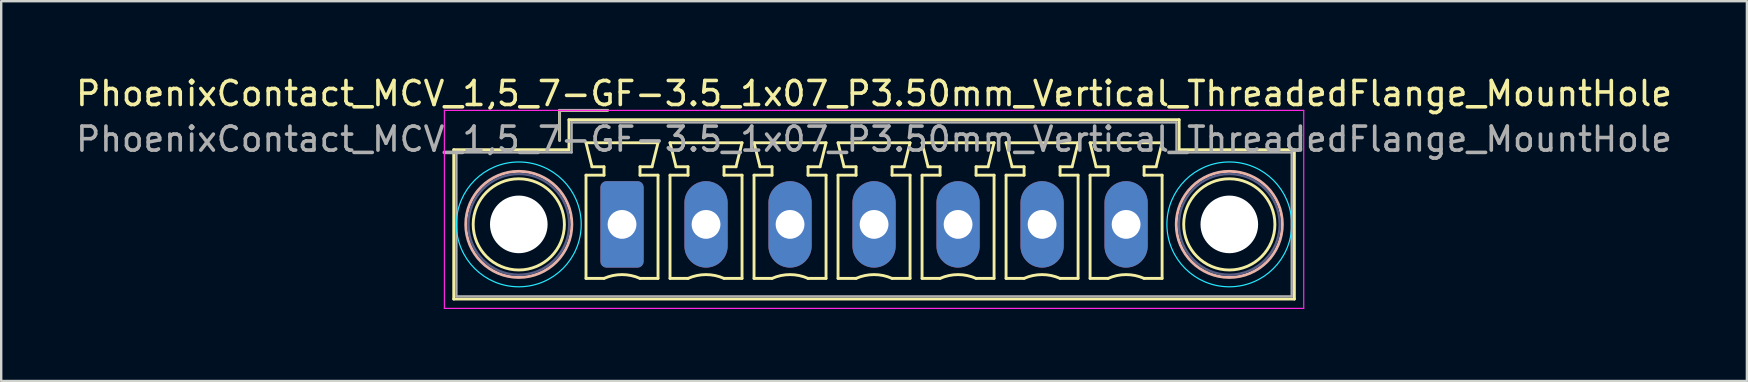
<source format=kicad_pcb>
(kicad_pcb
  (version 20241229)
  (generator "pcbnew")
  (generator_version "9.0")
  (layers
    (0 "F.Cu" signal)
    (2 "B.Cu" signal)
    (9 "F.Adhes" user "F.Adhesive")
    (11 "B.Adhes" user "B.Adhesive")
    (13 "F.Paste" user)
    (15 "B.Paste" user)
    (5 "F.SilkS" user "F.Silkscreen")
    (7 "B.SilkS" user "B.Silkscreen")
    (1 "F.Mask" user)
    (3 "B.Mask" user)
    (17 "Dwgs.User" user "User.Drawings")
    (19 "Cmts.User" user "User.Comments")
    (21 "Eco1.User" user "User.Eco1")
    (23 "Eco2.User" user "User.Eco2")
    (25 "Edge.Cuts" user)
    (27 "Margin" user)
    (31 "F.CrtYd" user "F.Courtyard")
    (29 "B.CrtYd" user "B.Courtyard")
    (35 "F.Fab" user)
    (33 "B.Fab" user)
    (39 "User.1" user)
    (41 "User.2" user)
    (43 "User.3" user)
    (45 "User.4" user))
  (footprint "PhoenixContact_MCV_1,5_7-GF-3.5_1x07_P3.50mm_Vertical_ThreadedFlange_MountHole"
    (layer "F.Cu")
    (at 22.863 6.298)
    (property "Reference" "PhoenixContact_MCV_1,5_7-GF-3.5_1x07_P3.50mm_Vertical_ThreadedFlange_MountHole" (at 10.5 -5.45 0) (layer "F.SilkS") (effects (font (size 1 1) (thickness 0.15))))
    (attr through_hole)
    (fp_line (start -7.01 -3.11) (end -7.01 3.11) (stroke (width 0.12) (type solid)) (layer "F.SilkS"))
    (fp_line (start -7.01 3.11) (end 28.01 3.11) (stroke (width 0.12) (type solid)) (layer "F.SilkS"))
    (fp_line (start -2.6 -4.75) (end -0.6 -4.75) (stroke (width 0.12) (type solid)) (layer "F.SilkS"))
    (fp_line (start -2.6 -3.5) (end -2.6 -4.75) (stroke (width 0.12) (type solid)) (layer "F.SilkS"))
    (fp_line (start -2.21 -4.36) (end -2.21 -3.11) (stroke (width 0.12) (type solid)) (layer "F.SilkS"))
    (fp_line (start -2.21 -3.11) (end -7.01 -3.11) (stroke (width 0.12) (type solid)) (layer "F.SilkS"))
    (fp_line (start -1.5 -3.4) (end 1.5 -3.4) (stroke (width 0.12) (type solid)) (layer "F.SilkS"))
    (fp_line (start -1.5 -2.05) (end -0.75 -2.05) (stroke (width 0.12) (type solid)) (layer "F.SilkS"))
    (fp_line (start -1.5 2.25) (end -1.5 -2.05) (stroke (width 0.12) (type solid)) (layer "F.SilkS"))
    (fp_line (start -1.25 -2.4) (end -1.5 -3.4) (stroke (width 0.12) (type solid)) (layer "F.SilkS"))
    (fp_line (start -0.75 -2.4) (end -1.25 -2.4) (stroke (width 0.12) (type solid)) (layer "F.SilkS"))
    (fp_line (start -0.75 -2.05) (end -0.75 -2.4) (stroke (width 0.12) (type solid)) (layer "F.SilkS"))
    (fp_line (start -0.75 2.25) (end -1.5 2.25) (stroke (width 0.12) (type solid)) (layer "F.SilkS"))
    (fp_line (start 0.75 -2.4) (end 0.75 -2.05) (stroke (width 0.12) (type solid)) (layer "F.SilkS"))
    (fp_line (start 0.75 -2.05) (end 1.5 -2.05) (stroke (width 0.12) (type solid)) (layer "F.SilkS"))
    (fp_line (start 1.25 -2.4) (end 0.75 -2.4) (stroke (width 0.12) (type solid)) (layer "F.SilkS"))
    (fp_line (start 1.5 -3.4) (end 1.25 -2.4) (stroke (width 0.12) (type solid)) (layer "F.SilkS"))
    (fp_line (start 1.5 -2.05) (end 1.5 2.25) (stroke (width 0.12) (type solid)) (layer "F.SilkS"))
    (fp_line (start 1.5 2.25) (end 0.75 2.25) (stroke (width 0.12) (type solid)) (layer "F.SilkS"))
    (fp_line (start 2 -3.4) (end 5 -3.4) (stroke (width 0.12) (type solid)) (layer "F.SilkS"))
    (fp_line (start 2 -2.05) (end 2.75 -2.05) (stroke (width 0.12) (type solid)) (layer "F.SilkS"))
    (fp_line (start 2 2.25) (end 2 -2.05) (stroke (width 0.12) (type solid)) (layer "F.SilkS"))
    (fp_line (start 2.25 -2.4) (end 2 -3.4) (stroke (width 0.12) (type solid)) (layer "F.SilkS"))
    (fp_line (start 2.75 -2.4) (end 2.25 -2.4) (stroke (width 0.12) (type solid)) (layer "F.SilkS"))
    (fp_line (start 2.75 -2.05) (end 2.75 -2.4) (stroke (width 0.12) (type solid)) (layer "F.SilkS"))
    (fp_line (start 2.75 2.25) (end 2 2.25) (stroke (width 0.12) (type solid)) (layer "F.SilkS"))
    (fp_line (start 4.25 -2.4) (end 4.25 -2.05) (stroke (width 0.12) (type solid)) (layer "F.SilkS"))
    (fp_line (start 4.25 -2.05) (end 5 -2.05) (stroke (width 0.12) (type solid)) (layer "F.SilkS"))
    (fp_line (start 4.75 -2.4) (end 4.25 -2.4) (stroke (width 0.12) (type solid)) (layer "F.SilkS"))
    (fp_line (start 5 -3.4) (end 4.75 -2.4) (stroke (width 0.12) (type solid)) (layer "F.SilkS"))
    (fp_line (start 5 -2.05) (end 5 2.25) (stroke (width 0.12) (type solid)) (layer "F.SilkS"))
    (fp_line (start 5 2.25) (end 4.25 2.25) (stroke (width 0.12) (type solid)) (layer "F.SilkS"))
    (fp_line (start 5.5 -3.4) (end 8.5 -3.4) (stroke (width 0.12) (type solid)) (layer "F.SilkS"))
    (fp_line (start 5.5 -2.05) (end 6.25 -2.05) (stroke (width 0.12) (type solid)) (layer "F.SilkS"))
    (fp_line (start 5.5 2.25) (end 5.5 -2.05) (stroke (width 0.12) (type solid)) (layer "F.SilkS"))
    (fp_line (start 5.75 -2.4) (end 5.5 -3.4) (stroke (width 0.12) (type solid)) (layer "F.SilkS"))
    (fp_line (start 6.25 -2.4) (end 5.75 -2.4) (stroke (width 0.12) (type solid)) (layer "F.SilkS"))
    (fp_line (start 6.25 -2.05) (end 6.25 -2.4) (stroke (width 0.12) (type solid)) (layer "F.SilkS"))
    (fp_line (start 6.25 2.25) (end 5.5 2.25) (stroke (width 0.12) (type solid)) (layer "F.SilkS"))
    (fp_line (start 7.75 -2.4) (end 7.75 -2.05) (stroke (width 0.12) (type solid)) (layer "F.SilkS"))
    (fp_line (start 7.75 -2.05) (end 8.5 -2.05) (stroke (width 0.12) (type solid)) (layer "F.SilkS"))
    (fp_line (start 8.25 -2.4) (end 7.75 -2.4) (stroke (width 0.12) (type solid)) (layer "F.SilkS"))
    (fp_line (start 8.5 -3.4) (end 8.25 -2.4) (stroke (width 0.12) (type solid)) (layer "F.SilkS"))
    (fp_line (start 8.5 -2.05) (end 8.5 2.25) (stroke (width 0.12) (type solid)) (layer "F.SilkS"))
    (fp_line (start 8.5 2.25) (end 7.75 2.25) (stroke (width 0.12) (type solid)) (layer "F.SilkS"))
    (fp_line (start 9 -3.4) (end 12 -3.4) (stroke (width 0.12) (type solid)) (layer "F.SilkS"))
    (fp_line (start 9 -2.05) (end 9.75 -2.05) (stroke (width 0.12) (type solid)) (layer "F.SilkS"))
    (fp_line (start 9 2.25) (end 9 -2.05) (stroke (width 0.12) (type solid)) (layer "F.SilkS"))
    (fp_line (start 9.25 -2.4) (end 9 -3.4) (stroke (width 0.12) (type solid)) (layer "F.SilkS"))
    (fp_line (start 9.75 -2.4) (end 9.25 -2.4) (stroke (width 0.12) (type solid)) (layer "F.SilkS"))
    (fp_line (start 9.75 -2.05) (end 9.75 -2.4) (stroke (width 0.12) (type solid)) (layer "F.SilkS"))
    (fp_line (start 9.75 2.25) (end 9 2.25) (stroke (width 0.12) (type solid)) (layer "F.SilkS"))
    (fp_line (start 11.25 -2.4) (end 11.25 -2.05) (stroke (width 0.12) (type solid)) (layer "F.SilkS"))
    (fp_line (start 11.25 -2.05) (end 12 -2.05) (stroke (width 0.12) (type solid)) (layer "F.SilkS"))
    (fp_line (start 11.75 -2.4) (end 11.25 -2.4) (stroke (width 0.12) (type solid)) (layer "F.SilkS"))
    (fp_line (start 12 -3.4) (end 11.75 -2.4) (stroke (width 0.12) (type solid)) (layer "F.SilkS"))
    (fp_line (start 12 -2.05) (end 12 2.25) (stroke (width 0.12) (type solid)) (layer "F.SilkS"))
    (fp_line (start 12 2.25) (end 11.25 2.25) (stroke (width 0.12) (type solid)) (layer "F.SilkS"))
    (fp_line (start 12.5 -3.4) (end 15.5 -3.4) (stroke (width 0.12) (type solid)) (layer "F.SilkS"))
    (fp_line (start 12.5 -2.05) (end 13.25 -2.05) (stroke (width 0.12) (type solid)) (layer "F.SilkS"))
    (fp_line (start 12.5 2.25) (end 12.5 -2.05) (stroke (width 0.12) (type solid)) (layer "F.SilkS"))
    (fp_line (start 12.75 -2.4) (end 12.5 -3.4) (stroke (width 0.12) (type solid)) (layer "F.SilkS"))
    (fp_line (start 13.25 -2.4) (end 12.75 -2.4) (stroke (width 0.12) (type solid)) (layer "F.SilkS"))
    (fp_line (start 13.25 -2.05) (end 13.25 -2.4) (stroke (width 0.12) (type solid)) (layer "F.SilkS"))
    (fp_line (start 13.25 2.25) (end 12.5 2.25) (stroke (width 0.12) (type solid)) (layer "F.SilkS"))
    (fp_line (start 14.75 -2.4) (end 14.75 -2.05) (stroke (width 0.12) (type solid)) (layer "F.SilkS"))
    (fp_line (start 14.75 -2.05) (end 15.5 -2.05) (stroke (width 0.12) (type solid)) (layer "F.SilkS"))
    (fp_line (start 15.25 -2.4) (end 14.75 -2.4) (stroke (width 0.12) (type solid)) (layer "F.SilkS"))
    (fp_line (start 15.5 -3.4) (end 15.25 -2.4) (stroke (width 0.12) (type solid)) (layer "F.SilkS"))
    (fp_line (start 15.5 -2.05) (end 15.5 2.25) (stroke (width 0.12) (type solid)) (layer "F.SilkS"))
    (fp_line (start 15.5 2.25) (end 14.75 2.25) (stroke (width 0.12) (type solid)) (layer "F.SilkS"))
    (fp_line (start 16 -3.4) (end 19 -3.4) (stroke (width 0.12) (type solid)) (layer "F.SilkS"))
    (fp_line (start 16 -2.05) (end 16.75 -2.05) (stroke (width 0.12) (type solid)) (layer "F.SilkS"))
    (fp_line (start 16 2.25) (end 16 -2.05) (stroke (width 0.12) (type solid)) (layer "F.SilkS"))
    (fp_line (start 16.25 -2.4) (end 16 -3.4) (stroke (width 0.12) (type solid)) (layer "F.SilkS"))
    (fp_line (start 16.75 -2.4) (end 16.25 -2.4) (stroke (width 0.12) (type solid)) (layer "F.SilkS"))
    (fp_line (start 16.75 -2.05) (end 16.75 -2.4) (stroke (width 0.12) (type solid)) (layer "F.SilkS"))
    (fp_line (start 16.75 2.25) (end 16 2.25) (stroke (width 0.12) (type solid)) (layer "F.SilkS"))
    (fp_line (start 18.25 -2.4) (end 18.25 -2.05) (stroke (width 0.12) (type solid)) (layer "F.SilkS"))
    (fp_line (start 18.25 -2.05) (end 19 -2.05) (stroke (width 0.12) (type solid)) (layer "F.SilkS"))
    (fp_line (start 18.75 -2.4) (end 18.25 -2.4) (stroke (width 0.12) (type solid)) (layer "F.SilkS"))
    (fp_line (start 19 -3.4) (end 18.75 -2.4) (stroke (width 0.12) (type solid)) (layer "F.SilkS"))
    (fp_line (start 19 -2.05) (end 19 2.25) (stroke (width 0.12) (type solid)) (layer "F.SilkS"))
    (fp_line (start 19 2.25) (end 18.25 2.25) (stroke (width 0.12) (type solid)) (layer "F.SilkS"))
    (fp_line (start 19.5 -3.4) (end 22.5 -3.4) (stroke (width 0.12) (type solid)) (layer "F.SilkS"))
    (fp_line (start 19.5 -2.05) (end 20.25 -2.05) (stroke (width 0.12) (type solid)) (layer "F.SilkS"))
    (fp_line (start 19.5 2.25) (end 19.5 -2.05) (stroke (width 0.12) (type solid)) (layer "F.SilkS"))
    (fp_line (start 19.75 -2.4) (end 19.5 -3.4) (stroke (width 0.12) (type solid)) (layer "F.SilkS"))
    (fp_line (start 20.25 -2.4) (end 19.75 -2.4) (stroke (width 0.12) (type solid)) (layer "F.SilkS"))
    (fp_line (start 20.25 -2.05) (end 20.25 -2.4) (stroke (width 0.12) (type solid)) (layer "F.SilkS"))
    (fp_line (start 20.25 2.25) (end 19.5 2.25) (stroke (width 0.12) (type solid)) (layer "F.SilkS"))
    (fp_line (start 21.75 -2.4) (end 21.75 -2.05) (stroke (width 0.12) (type solid)) (layer "F.SilkS"))
    (fp_line (start 21.75 -2.05) (end 22.5 -2.05) (stroke (width 0.12) (type solid)) (layer "F.SilkS"))
    (fp_line (start 22.25 -2.4) (end 21.75 -2.4) (stroke (width 0.12) (type solid)) (layer "F.SilkS"))
    (fp_line (start 22.5 -3.4) (end 22.25 -2.4) (stroke (width 0.12) (type solid)) (layer "F.SilkS"))
    (fp_line (start 22.5 -2.05) (end 22.5 2.25) (stroke (width 0.12) (type solid)) (layer "F.SilkS"))
    (fp_line (start 22.5 2.25) (end 21.75 2.25) (stroke (width 0.12) (type solid)) (layer "F.SilkS"))
    (fp_line (start 23.21 -4.36) (end -2.21 -4.36) (stroke (width 0.12) (type solid)) (layer "F.SilkS"))
    (fp_line (start 23.21 -3.11) (end 23.21 -4.36) (stroke (width 0.12) (type solid)) (layer "F.SilkS"))
    (fp_line (start 28.01 -3.11) (end 23.21 -3.11) (stroke (width 0.12) (type solid)) (layer "F.SilkS"))
    (fp_line (start 28.01 3.11) (end 28.01 -3.11) (stroke (width 0.12) (type solid)) (layer "F.SilkS"))
    (fp_arc (start -0.75 2.25) (mid -0.000193 2.09191) (end 0.749647 2.249844) (stroke (width 0.12) (type solid)) (layer "F.SilkS"))
    (fp_arc (start 2.75 2.25) (mid 3.499807 2.09191) (end 4.249647 2.249844) (stroke (width 0.12) (type solid)) (layer "F.SilkS"))
    (fp_arc (start 6.25 2.25) (mid 6.999807 2.09191) (end 7.749647 2.249844) (stroke (width 0.12) (type solid)) (layer "F.SilkS"))
    (fp_arc (start 9.75 2.25) (mid 10.499807 2.09191) (end 11.249647 2.249844) (stroke (width 0.12) (type solid)) (layer "F.SilkS"))
    (fp_arc (start 13.25 2.25) (mid 13.999807 2.09191) (end 14.749647 2.249844) (stroke (width 0.12) (type solid)) (layer "F.SilkS"))
    (fp_arc (start 16.75 2.25) (mid 17.499807 2.09191) (end 18.249647 2.249844) (stroke (width 0.12) (type solid)) (layer "F.SilkS"))
    (fp_arc (start 20.25 2.25) (mid 20.999807 2.09191) (end 21.749647 2.249844) (stroke (width 0.12) (type solid)) (layer "F.SilkS"))
    (fp_circle (center -4.3 0) (end -2.4 0) (stroke (width 0.12) (type solid)) (fill no) (layer "F.SilkS"))
    (fp_circle (center 25.3 0) (end 27.2 0) (stroke (width 0.12) (type solid)) (fill no) (layer "F.SilkS"))
    (fp_circle (center -4.3 0) (end -2.09 0) (stroke (width 0.12) (type solid)) (fill no) (layer "B.SilkS"))
    (fp_circle (center 25.3 0) (end 27.51 0) (stroke (width 0.12) (type solid)) (fill no) (layer "B.SilkS"))
    (fp_circle (center -4.3 0) (end -1.7 0) (stroke (width 0.05) (type solid)) (fill no) (layer "B.CrtYd"))
    (fp_circle (center 25.3 0) (end 27.9 0) (stroke (width 0.05) (type solid)) (fill no) (layer "B.CrtYd"))
    (fp_line (start -7.4 -4.75) (end -7.4 3.5) (stroke (width 0.05) (type solid)) (layer "F.CrtYd"))
    (fp_line (start -7.4 3.5) (end 28.4 3.5) (stroke (width 0.05) (type solid)) (layer "F.CrtYd"))
    (fp_line (start 28.4 -4.75) (end -7.4 -4.75) (stroke (width 0.05) (type solid)) (layer "F.CrtYd"))
    (fp_line (start 28.4 3.5) (end 28.4 -4.75) (stroke (width 0.05) (type solid)) (layer "F.CrtYd"))
    (fp_circle (center -4.3 0) (end -2.2 0) (stroke (width 0.1) (type solid)) (fill no) (layer "B.Fab"))
    (fp_circle (center 25.3 0) (end 27.4 0) (stroke (width 0.1) (type solid)) (fill no) (layer "B.Fab"))
    (fp_line (start -6.9 -3) (end -6.9 3) (stroke (width 0.1) (type solid)) (layer "F.Fab"))
    (fp_line (start -6.9 3) (end 27.9 3) (stroke (width 0.1) (type solid)) (layer "F.Fab"))
    (fp_line (start -2.6 -4.75) (end -0.6 -4.75) (stroke (width 0.1) (type solid)) (layer "F.Fab"))
    (fp_line (start -2.6 -3.5) (end -2.6 -4.75) (stroke (width 0.1) (type solid)) (layer "F.Fab"))
    (fp_line (start -2.1 -4.25) (end -2.1 -3) (stroke (width 0.1) (type solid)) (layer "F.Fab"))
    (fp_line (start -2.1 -3) (end -6.9 -3) (stroke (width 0.1) (type solid)) (layer "F.Fab"))
    (fp_line (start 23.1 -4.25) (end -2.1 -4.25) (stroke (width 0.1) (type solid)) (layer "F.Fab"))
    (fp_line (start 23.1 -3) (end 23.1 -4.25) (stroke (width 0.1) (type solid)) (layer "F.Fab"))
    (fp_line (start 27.9 -3) (end 23.1 -3) (stroke (width 0.1) (type solid)) (layer "F.Fab"))
    (fp_line (start 27.9 3) (end 27.9 -3) (stroke (width 0.1) (type solid)) (layer "F.Fab"))
    (fp_text user "${REFERENCE}" (at 10.5 -3.55 0) (layer "F.Fab") (effects (font (size 1 1) (thickness 0.15))))
    (pad "" np_thru_hole circle (at -4.3 0) (size 2.4 2.4) (drill 2.4) (layers "*.Cu" "*.Mask"))
    (pad "" np_thru_hole circle (at 25.3 0) (size 2.4 2.4) (drill 2.4) (layers "*.Cu" "*.Mask"))
    (pad "1" thru_hole roundrect (at 0 0) (size 1.8 3.6) (drill 1.2) (layers "*.Cu" "*.Mask") (roundrect_rratio 0.139))
    (pad "2" thru_hole oval (at 3.5 0) (size 1.8 3.6) (drill 1.2) (layers "*.Cu" "*.Mask"))
    (pad "3" thru_hole oval (at 7 0) (size 1.8 3.6) (drill 1.2) (layers "*.Cu" "*.Mask"))
    (pad "4" thru_hole oval (at 10.5 0) (size 1.8 3.6) (drill 1.2) (layers "*.Cu" "*.Mask"))
    (pad "5" thru_hole oval (at 14 0) (size 1.8 3.6) (drill 1.2) (layers "*.Cu" "*.Mask"))
    (pad "6" thru_hole oval (at 17.5 0) (size 1.8 3.6) (drill 1.2) (layers "*.Cu" "*.Mask"))
    (pad "7" thru_hole oval (at 21 0) (size 1.8 3.6) (drill 1.2) (layers "*.Cu" "*.Mask")))
  (gr_rect
    (start -3 -3)
    (end 69.726 12.823)
    (stroke (width 0.1) (type default))
    (fill no)
    (layer "Edge.Cuts")))
</source>
